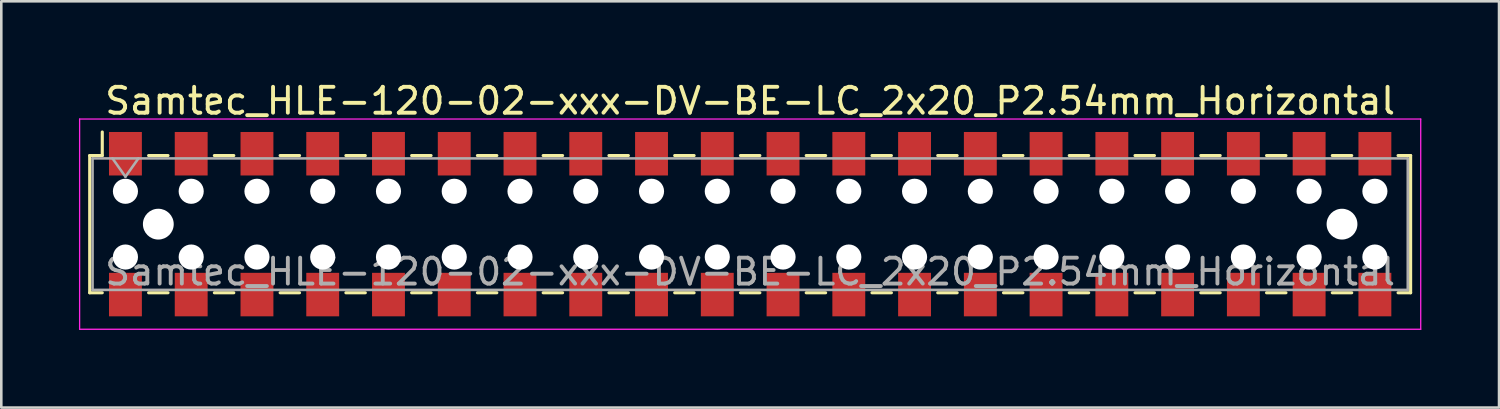
<source format=kicad_pcb>
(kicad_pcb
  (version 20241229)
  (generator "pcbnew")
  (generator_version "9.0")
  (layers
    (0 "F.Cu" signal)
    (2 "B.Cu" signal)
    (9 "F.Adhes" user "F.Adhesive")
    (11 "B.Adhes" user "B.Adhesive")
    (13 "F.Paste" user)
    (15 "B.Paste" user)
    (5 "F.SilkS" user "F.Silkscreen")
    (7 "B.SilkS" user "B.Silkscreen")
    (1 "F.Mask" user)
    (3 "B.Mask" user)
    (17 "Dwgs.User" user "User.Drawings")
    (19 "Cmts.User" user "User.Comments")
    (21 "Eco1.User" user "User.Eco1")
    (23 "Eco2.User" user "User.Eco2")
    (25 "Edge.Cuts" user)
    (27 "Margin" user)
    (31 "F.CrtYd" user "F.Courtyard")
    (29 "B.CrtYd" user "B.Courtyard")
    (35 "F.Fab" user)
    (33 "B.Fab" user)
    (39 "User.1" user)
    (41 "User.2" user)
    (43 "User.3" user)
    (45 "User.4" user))
  (footprint "Samtec_HLE-120-02-xxx-DV-BE-LC_2x20_P2.54mm_Horizontal"
    (layer "F.Cu")
    (at 25.925 5.608)
    (property "Reference" "Samtec_HLE-120-02-xxx-DV-BE-LC_2x20_P2.54mm_Horizontal" (at 0 -4.76 0) (layer "F.SilkS") (effects (font (size 1 1) (thickness 0.15))))
    (attr smd)
    (fp_line (start -25.51 -2.65) (end -25.51 2.65) (stroke (width 0.12) (type solid)) (layer "F.SilkS"))
    (fp_line (start -25.51 2.65) (end -25.025 2.65) (stroke (width 0.12) (type solid)) (layer "F.SilkS"))
    (fp_line (start -25.025 -3.56) (end -25.025 -2.65) (stroke (width 0.12) (type solid)) (layer "F.SilkS"))
    (fp_line (start -25.025 -2.65) (end -25.51 -2.65) (stroke (width 0.12) (type solid)) (layer "F.SilkS"))
    (fp_line (start -23.235 -2.65) (end -22.485 -2.65) (stroke (width 0.12) (type solid)) (layer "F.SilkS"))
    (fp_line (start -23.235 2.65) (end -22.485 2.65) (stroke (width 0.12) (type solid)) (layer "F.SilkS"))
    (fp_line (start -20.695 -2.65) (end -19.945 -2.65) (stroke (width 0.12) (type solid)) (layer "F.SilkS"))
    (fp_line (start -20.695 2.65) (end -19.945 2.65) (stroke (width 0.12) (type solid)) (layer "F.SilkS"))
    (fp_line (start -18.155 -2.65) (end -17.405 -2.65) (stroke (width 0.12) (type solid)) (layer "F.SilkS"))
    (fp_line (start -18.155 2.65) (end -17.405 2.65) (stroke (width 0.12) (type solid)) (layer "F.SilkS"))
    (fp_line (start -15.615 -2.65) (end -14.865 -2.65) (stroke (width 0.12) (type solid)) (layer "F.SilkS"))
    (fp_line (start -15.615 2.65) (end -14.865 2.65) (stroke (width 0.12) (type solid)) (layer "F.SilkS"))
    (fp_line (start -13.075 -2.65) (end -12.325 -2.65) (stroke (width 0.12) (type solid)) (layer "F.SilkS"))
    (fp_line (start -13.075 2.65) (end -12.325 2.65) (stroke (width 0.12) (type solid)) (layer "F.SilkS"))
    (fp_line (start -10.535 -2.65) (end -9.785 -2.65) (stroke (width 0.12) (type solid)) (layer "F.SilkS"))
    (fp_line (start -10.535 2.65) (end -9.785 2.65) (stroke (width 0.12) (type solid)) (layer "F.SilkS"))
    (fp_line (start -7.995 -2.65) (end -7.245 -2.65) (stroke (width 0.12) (type solid)) (layer "F.SilkS"))
    (fp_line (start -7.995 2.65) (end -7.245 2.65) (stroke (width 0.12) (type solid)) (layer "F.SilkS"))
    (fp_line (start -5.455 -2.65) (end -4.705 -2.65) (stroke (width 0.12) (type solid)) (layer "F.SilkS"))
    (fp_line (start -5.455 2.65) (end -4.705 2.65) (stroke (width 0.12) (type solid)) (layer "F.SilkS"))
    (fp_line (start -2.915 -2.65) (end -2.165 -2.65) (stroke (width 0.12) (type solid)) (layer "F.SilkS"))
    (fp_line (start -2.915 2.65) (end -2.165 2.65) (stroke (width 0.12) (type solid)) (layer "F.SilkS"))
    (fp_line (start -0.375 -2.65) (end 0.375 -2.65) (stroke (width 0.12) (type solid)) (layer "F.SilkS"))
    (fp_line (start -0.375 2.65) (end 0.375 2.65) (stroke (width 0.12) (type solid)) (layer "F.SilkS"))
    (fp_line (start 2.165 -2.65) (end 2.915 -2.65) (stroke (width 0.12) (type solid)) (layer "F.SilkS"))
    (fp_line (start 2.165 2.65) (end 2.915 2.65) (stroke (width 0.12) (type solid)) (layer "F.SilkS"))
    (fp_line (start 4.705 -2.65) (end 5.455 -2.65) (stroke (width 0.12) (type solid)) (layer "F.SilkS"))
    (fp_line (start 4.705 2.65) (end 5.455 2.65) (stroke (width 0.12) (type solid)) (layer "F.SilkS"))
    (fp_line (start 7.245 -2.65) (end 7.995 -2.65) (stroke (width 0.12) (type solid)) (layer "F.SilkS"))
    (fp_line (start 7.245 2.65) (end 7.995 2.65) (stroke (width 0.12) (type solid)) (layer "F.SilkS"))
    (fp_line (start 9.785 -2.65) (end 10.535 -2.65) (stroke (width 0.12) (type solid)) (layer "F.SilkS"))
    (fp_line (start 9.785 2.65) (end 10.535 2.65) (stroke (width 0.12) (type solid)) (layer "F.SilkS"))
    (fp_line (start 12.325 -2.65) (end 13.075 -2.65) (stroke (width 0.12) (type solid)) (layer "F.SilkS"))
    (fp_line (start 12.325 2.65) (end 13.075 2.65) (stroke (width 0.12) (type solid)) (layer "F.SilkS"))
    (fp_line (start 14.865 -2.65) (end 15.615 -2.65) (stroke (width 0.12) (type solid)) (layer "F.SilkS"))
    (fp_line (start 14.865 2.65) (end 15.615 2.65) (stroke (width 0.12) (type solid)) (layer "F.SilkS"))
    (fp_line (start 17.405 -2.65) (end 18.155 -2.65) (stroke (width 0.12) (type solid)) (layer "F.SilkS"))
    (fp_line (start 17.405 2.65) (end 18.155 2.65) (stroke (width 0.12) (type solid)) (layer "F.SilkS"))
    (fp_line (start 19.945 -2.65) (end 20.695 -2.65) (stroke (width 0.12) (type solid)) (layer "F.SilkS"))
    (fp_line (start 19.945 2.65) (end 20.695 2.65) (stroke (width 0.12) (type solid)) (layer "F.SilkS"))
    (fp_line (start 22.485 -2.65) (end 23.235 -2.65) (stroke (width 0.12) (type solid)) (layer "F.SilkS"))
    (fp_line (start 22.485 2.65) (end 23.235 2.65) (stroke (width 0.12) (type solid)) (layer "F.SilkS"))
    (fp_line (start 25.025 -2.65) (end 25.51 -2.65) (stroke (width 0.12) (type solid)) (layer "F.SilkS"))
    (fp_line (start 25.51 -2.65) (end 25.51 2.65) (stroke (width 0.12) (type solid)) (layer "F.SilkS"))
    (fp_line (start 25.51 2.65) (end 25.025 2.65) (stroke (width 0.12) (type solid)) (layer "F.SilkS"))
    (fp_line (start -25.9 -4.06) (end 25.9 -4.06) (stroke (width 0.05) (type solid)) (layer "F.CrtYd"))
    (fp_line (start -25.9 4.06) (end -25.9 -4.06) (stroke (width 0.05) (type solid)) (layer "F.CrtYd"))
    (fp_line (start 25.9 -4.06) (end 25.9 4.06) (stroke (width 0.05) (type solid)) (layer "F.CrtYd"))
    (fp_line (start 25.9 4.06) (end -25.9 4.06) (stroke (width 0.05) (type solid)) (layer "F.CrtYd"))
    (fp_line (start -25.4 -2.54) (end 25.4 -2.54) (stroke (width 0.1) (type solid)) (layer "F.Fab"))
    (fp_line (start -25.4 2.54) (end -25.4 -2.54) (stroke (width 0.1) (type solid)) (layer "F.Fab"))
    (fp_line (start -24.63 -2.54) (end -24.13 -1.833) (stroke (width 0.1) (type solid)) (layer "F.Fab"))
    (fp_line (start -24.13 -1.833) (end -23.63 -2.54) (stroke (width 0.1) (type solid)) (layer "F.Fab"))
    (fp_line (start 25.4 -2.54) (end 25.4 2.54) (stroke (width 0.1) (type solid)) (layer "F.Fab"))
    (fp_line (start 25.4 2.54) (end -25.4 2.54) (stroke (width 0.1) (type solid)) (layer "F.Fab"))
    (fp_text user "${REFERENCE}" (at 0 1.84 0) (layer "F.Fab") (effects (font (size 1 1) (thickness 0.15))))
    (pad "" np_thru_hole circle (at -24.13 -1.27) (size 0.97 0.97) (drill 0.97) (layers "*.Cu" "*.Mask"))
    (pad "" np_thru_hole circle (at -24.13 1.27) (size 0.97 0.97) (drill 0.97) (layers "*.Cu" "*.Mask"))
    (pad "" np_thru_hole circle (at -22.86 0) (size 1.19 1.19) (drill 1.19) (layers "*.Cu" "*.Mask"))
    (pad "" np_thru_hole circle (at -21.59 -1.27) (size 0.97 0.97) (drill 0.97) (layers "*.Cu" "*.Mask"))
    (pad "" np_thru_hole circle (at -21.59 1.27) (size 0.97 0.97) (drill 0.97) (layers "*.Cu" "*.Mask"))
    (pad "" np_thru_hole circle (at -19.05 -1.27) (size 0.97 0.97) (drill 0.97) (layers "*.Cu" "*.Mask"))
    (pad "" np_thru_hole circle (at -19.05 1.27) (size 0.97 0.97) (drill 0.97) (layers "*.Cu" "*.Mask"))
    (pad "" np_thru_hole circle (at -16.51 -1.27) (size 0.97 0.97) (drill 0.97) (layers "*.Cu" "*.Mask"))
    (pad "" np_thru_hole circle (at -16.51 1.27) (size 0.97 0.97) (drill 0.97) (layers "*.Cu" "*.Mask"))
    (pad "" np_thru_hole circle (at -13.97 -1.27) (size 0.97 0.97) (drill 0.97) (layers "*.Cu" "*.Mask"))
    (pad "" np_thru_hole circle (at -13.97 1.27) (size 0.97 0.97) (drill 0.97) (layers "*.Cu" "*.Mask"))
    (pad "" np_thru_hole circle (at -11.43 -1.27) (size 0.97 0.97) (drill 0.97) (layers "*.Cu" "*.Mask"))
    (pad "" np_thru_hole circle (at -11.43 1.27) (size 0.97 0.97) (drill 0.97) (layers "*.Cu" "*.Mask"))
    (pad "" np_thru_hole circle (at -8.89 -1.27) (size 0.97 0.97) (drill 0.97) (layers "*.Cu" "*.Mask"))
    (pad "" np_thru_hole circle (at -8.89 1.27) (size 0.97 0.97) (drill 0.97) (layers "*.Cu" "*.Mask"))
    (pad "" np_thru_hole circle (at -6.35 -1.27) (size 0.97 0.97) (drill 0.97) (layers "*.Cu" "*.Mask"))
    (pad "" np_thru_hole circle (at -6.35 1.27) (size 0.97 0.97) (drill 0.97) (layers "*.Cu" "*.Mask"))
    (pad "" np_thru_hole circle (at -3.81 -1.27) (size 0.97 0.97) (drill 0.97) (layers "*.Cu" "*.Mask"))
    (pad "" np_thru_hole circle (at -3.81 1.27) (size 0.97 0.97) (drill 0.97) (layers "*.Cu" "*.Mask"))
    (pad "" np_thru_hole circle (at -1.27 -1.27) (size 0.97 0.97) (drill 0.97) (layers "*.Cu" "*.Mask"))
    (pad "" np_thru_hole circle (at -1.27 1.27) (size 0.97 0.97) (drill 0.97) (layers "*.Cu" "*.Mask"))
    (pad "" np_thru_hole circle (at 1.27 -1.27) (size 0.97 0.97) (drill 0.97) (layers "*.Cu" "*.Mask"))
    (pad "" np_thru_hole circle (at 1.27 1.27) (size 0.97 0.97) (drill 0.97) (layers "*.Cu" "*.Mask"))
    (pad "" np_thru_hole circle (at 3.81 -1.27) (size 0.97 0.97) (drill 0.97) (layers "*.Cu" "*.Mask"))
    (pad "" np_thru_hole circle (at 3.81 1.27) (size 0.97 0.97) (drill 0.97) (layers "*.Cu" "*.Mask"))
    (pad "" np_thru_hole circle (at 6.35 -1.27) (size 0.97 0.97) (drill 0.97) (layers "*.Cu" "*.Mask"))
    (pad "" np_thru_hole circle (at 6.35 1.27) (size 0.97 0.97) (drill 0.97) (layers "*.Cu" "*.Mask"))
    (pad "" np_thru_hole circle (at 8.89 -1.27) (size 0.97 0.97) (drill 0.97) (layers "*.Cu" "*.Mask"))
    (pad "" np_thru_hole circle (at 8.89 1.27) (size 0.97 0.97) (drill 0.97) (layers "*.Cu" "*.Mask"))
    (pad "" np_thru_hole circle (at 11.43 -1.27) (size 0.97 0.97) (drill 0.97) (layers "*.Cu" "*.Mask"))
    (pad "" np_thru_hole circle (at 11.43 1.27) (size 0.97 0.97) (drill 0.97) (layers "*.Cu" "*.Mask"))
    (pad "" np_thru_hole circle (at 13.97 -1.27) (size 0.97 0.97) (drill 0.97) (layers "*.Cu" "*.Mask"))
    (pad "" np_thru_hole circle (at 13.97 1.27) (size 0.97 0.97) (drill 0.97) (layers "*.Cu" "*.Mask"))
    (pad "" np_thru_hole circle (at 16.51 -1.27) (size 0.97 0.97) (drill 0.97) (layers "*.Cu" "*.Mask"))
    (pad "" np_thru_hole circle (at 16.51 1.27) (size 0.97 0.97) (drill 0.97) (layers "*.Cu" "*.Mask"))
    (pad "" np_thru_hole circle (at 19.05 -1.27) (size 0.97 0.97) (drill 0.97) (layers "*.Cu" "*.Mask"))
    (pad "" np_thru_hole circle (at 19.05 1.27) (size 0.97 0.97) (drill 0.97) (layers "*.Cu" "*.Mask"))
    (pad "" np_thru_hole circle (at 21.59 -1.27) (size 0.97 0.97) (drill 0.97) (layers "*.Cu" "*.Mask"))
    (pad "" np_thru_hole circle (at 21.59 1.27) (size 0.97 0.97) (drill 0.97) (layers "*.Cu" "*.Mask"))
    (pad "" np_thru_hole circle (at 22.86 0) (size 1.19 1.19) (drill 1.19) (layers "*.Cu" "*.Mask"))
    (pad "" np_thru_hole circle (at 24.13 -1.27) (size 0.97 0.97) (drill 0.97) (layers "*.Cu" "*.Mask"))
    (pad "" np_thru_hole circle (at 24.13 1.27) (size 0.97 0.97) (drill 0.97) (layers "*.Cu" "*.Mask"))
    (pad "1" smd rect (at -24.13 -2.72) (size 1.27 1.68) (layers "F.Cu" "F.Mask" "F.Paste"))
    (pad "2" smd rect (at -24.13 2.72) (size 1.27 1.68) (layers "F.Cu" "F.Mask" "F.Paste"))
    (pad "3" smd rect (at -21.59 -2.72) (size 1.27 1.68) (layers "F.Cu" "F.Mask" "F.Paste"))
    (pad "4" smd rect (at -21.59 2.72) (size 1.27 1.68) (layers "F.Cu" "F.Mask" "F.Paste"))
    (pad "5" smd rect (at -19.05 -2.72) (size 1.27 1.68) (layers "F.Cu" "F.Mask" "F.Paste"))
    (pad "6" smd rect (at -19.05 2.72) (size 1.27 1.68) (layers "F.Cu" "F.Mask" "F.Paste"))
    (pad "7" smd rect (at -16.51 -2.72) (size 1.27 1.68) (layers "F.Cu" "F.Mask" "F.Paste"))
    (pad "8" smd rect (at -16.51 2.72) (size 1.27 1.68) (layers "F.Cu" "F.Mask" "F.Paste"))
    (pad "9" smd rect (at -13.97 -2.72) (size 1.27 1.68) (layers "F.Cu" "F.Mask" "F.Paste"))
    (pad "10" smd rect (at -13.97 2.72) (size 1.27 1.68) (layers "F.Cu" "F.Mask" "F.Paste"))
    (pad "11" smd rect (at -11.43 -2.72) (size 1.27 1.68) (layers "F.Cu" "F.Mask" "F.Paste"))
    (pad "12" smd rect (at -11.43 2.72) (size 1.27 1.68) (layers "F.Cu" "F.Mask" "F.Paste"))
    (pad "13" smd rect (at -8.89 -2.72) (size 1.27 1.68) (layers "F.Cu" "F.Mask" "F.Paste"))
    (pad "14" smd rect (at -8.89 2.72) (size 1.27 1.68) (layers "F.Cu" "F.Mask" "F.Paste"))
    (pad "15" smd rect (at -6.35 -2.72) (size 1.27 1.68) (layers "F.Cu" "F.Mask" "F.Paste"))
    (pad "16" smd rect (at -6.35 2.72) (size 1.27 1.68) (layers "F.Cu" "F.Mask" "F.Paste"))
    (pad "17" smd rect (at -3.81 -2.72) (size 1.27 1.68) (layers "F.Cu" "F.Mask" "F.Paste"))
    (pad "18" smd rect (at -3.81 2.72) (size 1.27 1.68) (layers "F.Cu" "F.Mask" "F.Paste"))
    (pad "19" smd rect (at -1.27 -2.72) (size 1.27 1.68) (layers "F.Cu" "F.Mask" "F.Paste"))
    (pad "20" smd rect (at -1.27 2.72) (size 1.27 1.68) (layers "F.Cu" "F.Mask" "F.Paste"))
    (pad "21" smd rect (at 1.27 -2.72) (size 1.27 1.68) (layers "F.Cu" "F.Mask" "F.Paste"))
    (pad "22" smd rect (at 1.27 2.72) (size 1.27 1.68) (layers "F.Cu" "F.Mask" "F.Paste"))
    (pad "23" smd rect (at 3.81 -2.72) (size 1.27 1.68) (layers "F.Cu" "F.Mask" "F.Paste"))
    (pad "24" smd rect (at 3.81 2.72) (size 1.27 1.68) (layers "F.Cu" "F.Mask" "F.Paste"))
    (pad "25" smd rect (at 6.35 -2.72) (size 1.27 1.68) (layers "F.Cu" "F.Mask" "F.Paste"))
    (pad "26" smd rect (at 6.35 2.72) (size 1.27 1.68) (layers "F.Cu" "F.Mask" "F.Paste"))
    (pad "27" smd rect (at 8.89 -2.72) (size 1.27 1.68) (layers "F.Cu" "F.Mask" "F.Paste"))
    (pad "28" smd rect (at 8.89 2.72) (size 1.27 1.68) (layers "F.Cu" "F.Mask" "F.Paste"))
    (pad "29" smd rect (at 11.43 -2.72) (size 1.27 1.68) (layers "F.Cu" "F.Mask" "F.Paste"))
    (pad "30" smd rect (at 11.43 2.72) (size 1.27 1.68) (layers "F.Cu" "F.Mask" "F.Paste"))
    (pad "31" smd rect (at 13.97 -2.72) (size 1.27 1.68) (layers "F.Cu" "F.Mask" "F.Paste"))
    (pad "32" smd rect (at 13.97 2.72) (size 1.27 1.68) (layers "F.Cu" "F.Mask" "F.Paste"))
    (pad "33" smd rect (at 16.51 -2.72) (size 1.27 1.68) (layers "F.Cu" "F.Mask" "F.Paste"))
    (pad "34" smd rect (at 16.51 2.72) (size 1.27 1.68) (layers "F.Cu" "F.Mask" "F.Paste"))
    (pad "35" smd rect (at 19.05 -2.72) (size 1.27 1.68) (layers "F.Cu" "F.Mask" "F.Paste"))
    (pad "36" smd rect (at 19.05 2.72) (size 1.27 1.68) (layers "F.Cu" "F.Mask" "F.Paste"))
    (pad "37" smd rect (at 21.59 -2.72) (size 1.27 1.68) (layers "F.Cu" "F.Mask" "F.Paste"))
    (pad "38" smd rect (at 21.59 2.72) (size 1.27 1.68) (layers "F.Cu" "F.Mask" "F.Paste"))
    (pad "39" smd rect (at 24.13 -2.72) (size 1.27 1.68) (layers "F.Cu" "F.Mask" "F.Paste"))
    (pad "40" smd rect (at 24.13 2.72) (size 1.27 1.68) (layers "F.Cu" "F.Mask" "F.Paste")))
  (gr_rect
    (start -3 -3)
    (end 54.85 12.693)
    (stroke (width 0.1) (type default))
    (fill no)
    (layer "Edge.Cuts")))
</source>
